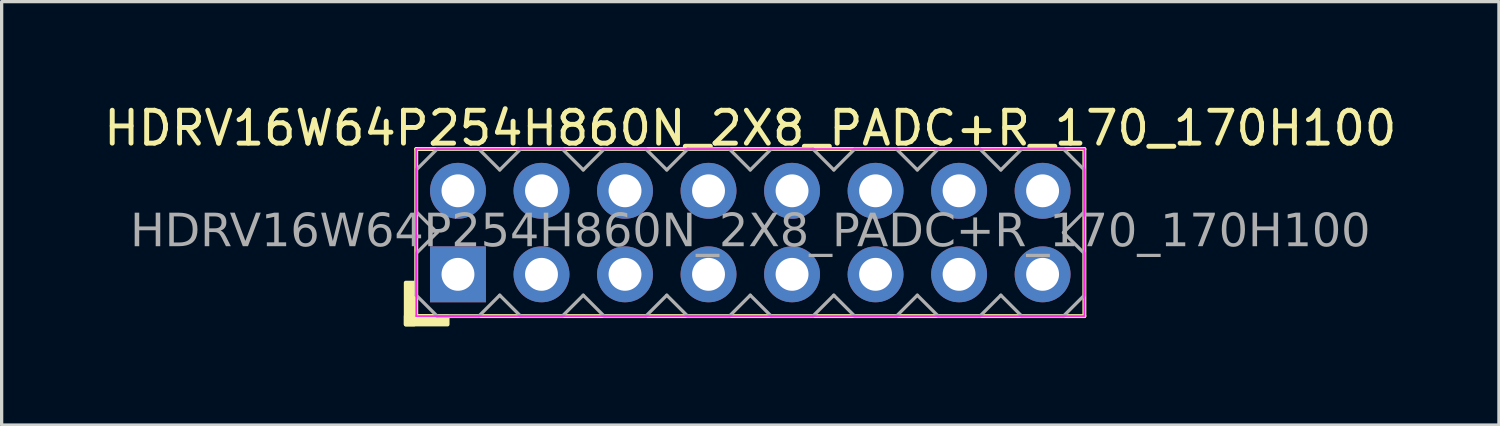
<source format=kicad_pcb>
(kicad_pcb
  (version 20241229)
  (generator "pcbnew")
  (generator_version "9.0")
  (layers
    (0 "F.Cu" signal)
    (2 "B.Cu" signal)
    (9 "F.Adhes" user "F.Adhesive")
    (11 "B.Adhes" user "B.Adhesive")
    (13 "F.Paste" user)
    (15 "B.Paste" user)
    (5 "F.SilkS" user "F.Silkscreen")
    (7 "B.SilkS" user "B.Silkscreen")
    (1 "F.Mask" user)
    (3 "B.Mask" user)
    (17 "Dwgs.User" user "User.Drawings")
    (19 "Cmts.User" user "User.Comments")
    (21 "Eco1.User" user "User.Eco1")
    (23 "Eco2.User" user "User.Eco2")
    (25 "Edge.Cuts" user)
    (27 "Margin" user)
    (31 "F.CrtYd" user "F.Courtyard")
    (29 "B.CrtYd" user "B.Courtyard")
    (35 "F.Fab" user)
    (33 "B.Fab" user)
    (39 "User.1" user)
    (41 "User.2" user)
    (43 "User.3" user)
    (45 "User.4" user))
  (footprint "HDRV16W64P254H860N_2X8_PADC+R_170_170H100"
    (layer "F.Cu")
    (at 19.768 4.023)
    (property "Reference" "HDRV16W64P254H860N_2X8_PADC+R_170_170H100" (at 0 -3.175 0) (layer "F.SilkS") (effects (font (size 1 1) (thickness 0.15))))
    (attr through_hole)
    (fp_line (start -10.16 2.54) (end -10.16 -2.54) (stroke (width 0.12) (type solid)) (layer "F.SilkS"))
    (fp_line (start 10.16 -2.54) (end -10.16 -2.54) (stroke (width 0.12) (type solid)) (layer "F.SilkS"))
    (fp_line (start 10.16 2.54) (end -10.16 2.54) (stroke (width 0.12) (type solid)) (layer "F.SilkS"))
    (fp_line (start 10.16 2.54) (end 10.16 -2.54) (stroke (width 0.12) (type solid)) (layer "F.SilkS"))
    (fp_rect (start -10.477 1.524) (end -10.223 2.794) (stroke (width 0.12) (type solid)) (fill yes) (layer "F.SilkS"))
    (fp_rect (start -10.477 2.54) (end -9.207 2.794) (stroke (width 0.12) (type solid)) (fill yes) (layer "F.SilkS"))
    (fp_line (start -10.16 2.54) (end -10.16 -2.54) (stroke (width 0.05) (type solid)) (layer "F.CrtYd"))
    (fp_line (start 10.16 -2.54) (end -10.16 -2.54) (stroke (width 0.05) (type solid)) (layer "F.CrtYd"))
    (fp_line (start 10.16 2.54) (end -10.16 2.54) (stroke (width 0.05) (type solid)) (layer "F.CrtYd"))
    (fp_line (start 10.16 2.54) (end 10.16 -2.54) (stroke (width 0.05) (type solid)) (layer "F.CrtYd"))
    (fp_line (start -10.16 -1.905) (end -10.16 -0.635) (stroke (width 0.1) (type solid)) (layer "F.Fab"))
    (fp_line (start -10.16 -1.905) (end -9.525 -2.54) (stroke (width 0.1) (type solid)) (layer "F.Fab"))
    (fp_line (start -10.16 0.635) (end -9.525 0) (stroke (width 0.1) (type solid)) (layer "F.Fab"))
    (fp_line (start -10.16 1.905) (end -10.16 0.635) (stroke (width 0.1) (type solid)) (layer "F.Fab"))
    (fp_line (start -9.525 -2.54) (end -8.255 -2.54) (stroke (width 0.1) (type solid)) (layer "F.Fab"))
    (fp_line (start -9.525 0) (end -10.16 -0.635) (stroke (width 0.1) (type solid)) (layer "F.Fab"))
    (fp_line (start -9.525 2.54) (end -10.16 1.905) (stroke (width 0.1) (type solid)) (layer "F.Fab"))
    (fp_line (start -8.255 -2.54) (end -7.62 -1.905) (stroke (width 0.1) (type solid)) (layer "F.Fab"))
    (fp_line (start -8.255 2.54) (end -9.525 2.54) (stroke (width 0.1) (type solid)) (layer "F.Fab"))
    (fp_line (start -7.62 -1.905) (end -6.985 -2.54) (stroke (width 0.1) (type solid)) (layer "F.Fab"))
    (fp_line (start -7.62 1.905) (end -8.255 2.54) (stroke (width 0.1) (type solid)) (layer "F.Fab"))
    (fp_line (start -6.985 -2.54) (end -5.715 -2.54) (stroke (width 0.1) (type solid)) (layer "F.Fab"))
    (fp_line (start -6.985 2.54) (end -7.62 1.905) (stroke (width 0.1) (type solid)) (layer "F.Fab"))
    (fp_line (start -5.715 -2.54) (end -5.08 -1.905) (stroke (width 0.1) (type solid)) (layer "F.Fab"))
    (fp_line (start -5.715 2.54) (end -6.985 2.54) (stroke (width 0.1) (type solid)) (layer "F.Fab"))
    (fp_line (start -5.08 -1.905) (end -4.445 -2.54) (stroke (width 0.1) (type solid)) (layer "F.Fab"))
    (fp_line (start -5.08 1.905) (end -5.715 2.54) (stroke (width 0.1) (type solid)) (layer "F.Fab"))
    (fp_line (start -4.445 -2.54) (end -3.175 -2.54) (stroke (width 0.1) (type solid)) (layer "F.Fab"))
    (fp_line (start -4.445 2.54) (end -5.08 1.905) (stroke (width 0.1) (type solid)) (layer "F.Fab"))
    (fp_line (start -3.175 -2.54) (end -2.54 -1.905) (stroke (width 0.1) (type solid)) (layer "F.Fab"))
    (fp_line (start -3.175 2.54) (end -4.445 2.54) (stroke (width 0.1) (type solid)) (layer "F.Fab"))
    (fp_line (start -2.54 -1.905) (end -1.905 -2.54) (stroke (width 0.1) (type solid)) (layer "F.Fab"))
    (fp_line (start -2.54 1.905) (end -3.175 2.54) (stroke (width 0.1) (type solid)) (layer "F.Fab"))
    (fp_line (start -1.905 -2.54) (end -0.635 -2.54) (stroke (width 0.1) (type solid)) (layer "F.Fab"))
    (fp_line (start -1.905 2.54) (end -2.54 1.905) (stroke (width 0.1) (type solid)) (layer "F.Fab"))
    (fp_line (start -0.635 -2.54) (end 0 -1.905) (stroke (width 0.1) (type solid)) (layer "F.Fab"))
    (fp_line (start -0.635 2.54) (end -1.905 2.54) (stroke (width 0.1) (type solid)) (layer "F.Fab"))
    (fp_line (start 0 -1.905) (end 0.635 -2.54) (stroke (width 0.1) (type solid)) (layer "F.Fab"))
    (fp_line (start 0 1.905) (end -0.635 2.54) (stroke (width 0.1) (type solid)) (layer "F.Fab"))
    (fp_line (start 0.635 -2.54) (end 1.905 -2.54) (stroke (width 0.1) (type solid)) (layer "F.Fab"))
    (fp_line (start 0.635 2.54) (end 0 1.905) (stroke (width 0.1) (type solid)) (layer "F.Fab"))
    (fp_line (start 1.905 -2.54) (end 2.54 -1.905) (stroke (width 0.1) (type solid)) (layer "F.Fab"))
    (fp_line (start 1.905 2.54) (end 0.635 2.54) (stroke (width 0.1) (type solid)) (layer "F.Fab"))
    (fp_line (start 2.54 -1.905) (end 3.175 -2.54) (stroke (width 0.1) (type solid)) (layer "F.Fab"))
    (fp_line (start 2.54 1.905) (end 1.905 2.54) (stroke (width 0.1) (type solid)) (layer "F.Fab"))
    (fp_line (start 3.175 -2.54) (end 4.445 -2.54) (stroke (width 0.1) (type solid)) (layer "F.Fab"))
    (fp_line (start 3.175 2.54) (end 2.54 1.905) (stroke (width 0.1) (type solid)) (layer "F.Fab"))
    (fp_line (start 4.445 -2.54) (end 5.08 -1.905) (stroke (width 0.1) (type solid)) (layer "F.Fab"))
    (fp_line (start 4.445 2.54) (end 3.175 2.54) (stroke (width 0.1) (type solid)) (layer "F.Fab"))
    (fp_line (start 5.08 -1.905) (end 5.715 -2.54) (stroke (width 0.1) (type solid)) (layer "F.Fab"))
    (fp_line (start 5.08 1.905) (end 4.445 2.54) (stroke (width 0.1) (type solid)) (layer "F.Fab"))
    (fp_line (start 5.715 -2.54) (end 6.985 -2.54) (stroke (width 0.1) (type solid)) (layer "F.Fab"))
    (fp_line (start 5.715 2.54) (end 5.08 1.905) (stroke (width 0.1) (type solid)) (layer "F.Fab"))
    (fp_line (start 6.985 -2.54) (end 7.62 -1.905) (stroke (width 0.1) (type solid)) (layer "F.Fab"))
    (fp_line (start 6.985 2.54) (end 5.715 2.54) (stroke (width 0.1) (type solid)) (layer "F.Fab"))
    (fp_line (start 7.62 -1.905) (end 8.255 -2.54) (stroke (width 0.1) (type solid)) (layer "F.Fab"))
    (fp_line (start 7.62 1.905) (end 6.985 2.54) (stroke (width 0.1) (type solid)) (layer "F.Fab"))
    (fp_line (start 8.255 -2.54) (end 9.525 -2.54) (stroke (width 0.1) (type solid)) (layer "F.Fab"))
    (fp_line (start 8.255 2.54) (end 7.62 1.905) (stroke (width 0.1) (type solid)) (layer "F.Fab"))
    (fp_line (start 9.525 -2.54) (end 10.16 -1.905) (stroke (width 0.1) (type solid)) (layer "F.Fab"))
    (fp_line (start 9.525 0) (end 10.16 0.635) (stroke (width 0.1) (type solid)) (layer "F.Fab"))
    (fp_line (start 9.525 2.54) (end 8.255 2.54) (stroke (width 0.1) (type solid)) (layer "F.Fab"))
    (fp_line (start 10.16 -1.905) (end 10.16 -0.635) (stroke (width 0.1) (type solid)) (layer "F.Fab"))
    (fp_line (start 10.16 -0.635) (end 9.525 0) (stroke (width 0.1) (type solid)) (layer "F.Fab"))
    (fp_line (start 10.16 0.635) (end 10.16 1.905) (stroke (width 0.1) (type solid)) (layer "F.Fab"))
    (fp_line (start 10.16 1.905) (end 9.525 2.54) (stroke (width 0.1) (type solid)) (layer "F.Fab"))
    (fp_rect (start -8.636 -1.524) (end -9.144 -1.016) (stroke (width 0.1) (type solid)) (fill no) (layer "F.Fab"))
    (fp_rect (start -8.636 1.016) (end -9.144 1.524) (stroke (width 0.1) (type solid)) (fill no) (layer "F.Fab"))
    (fp_rect (start -6.096 -1.524) (end -6.604 -1.016) (stroke (width 0.1) (type solid)) (fill no) (layer "F.Fab"))
    (fp_rect (start -6.096 1.016) (end -6.604 1.524) (stroke (width 0.1) (type solid)) (fill no) (layer "F.Fab"))
    (fp_rect (start -3.556 -1.524) (end -4.064 -1.016) (stroke (width 0.1) (type solid)) (fill no) (layer "F.Fab"))
    (fp_rect (start -3.556 1.016) (end -4.064 1.524) (stroke (width 0.1) (type solid)) (fill no) (layer "F.Fab"))
    (fp_rect (start -1.016 -1.524) (end -1.524 -1.016) (stroke (width 0.1) (type solid)) (fill no) (layer "F.Fab"))
    (fp_rect (start -1.016 1.016) (end -1.524 1.524) (stroke (width 0.1) (type solid)) (fill no) (layer "F.Fab"))
    (fp_rect (start 1.524 -1.524) (end 1.016 -1.016) (stroke (width 0.1) (type solid)) (fill no) (layer "F.Fab"))
    (fp_rect (start 1.524 1.016) (end 1.016 1.524) (stroke (width 0.1) (type solid)) (fill no) (layer "F.Fab"))
    (fp_rect (start 4.064 -1.524) (end 3.556 -1.016) (stroke (width 0.1) (type solid)) (fill no) (layer "F.Fab"))
    (fp_rect (start 4.064 1.016) (end 3.556 1.524) (stroke (width 0.1) (type solid)) (fill no) (layer "F.Fab"))
    (fp_rect (start 6.604 -1.524) (end 6.096 -1.016) (stroke (width 0.1) (type solid)) (fill no) (layer "F.Fab"))
    (fp_rect (start 6.604 1.016) (end 6.096 1.524) (stroke (width 0.1) (type solid)) (fill no) (layer "F.Fab"))
    (fp_rect (start 9.144 -1.524) (end 8.636 -1.016) (stroke (width 0.1) (type solid)) (fill no) (layer "F.Fab"))
    (fp_rect (start 9.144 1.016) (end 8.636 1.524) (stroke (width 0.1) (type solid)) (fill no) (layer "F.Fab"))
    (fp_text user "${REFERENCE}" (at 0 0 0) (layer "F.Fab") (effects (font (face "Tahoma") (size 1 1) (thickness 0.15))))
    (pad "1" thru_hole rect (at -8.89 1.27) (size 1.7 1.7) (drill 1) (layers "*.Cu" "*.Mask"))
    (pad "2" thru_hole circle (at -8.89 -1.27) (size 1.7 1.7) (drill 1) (layers "*.Cu" "*.Mask"))
    (pad "3" thru_hole circle (at -6.35 1.27) (size 1.7 1.7) (drill 1) (layers "*.Cu" "*.Mask"))
    (pad "4" thru_hole circle (at -6.35 -1.27) (size 1.7 1.7) (drill 1) (layers "*.Cu" "*.Mask"))
    (pad "5" thru_hole circle (at -3.81 1.27) (size 1.7 1.7) (drill 1) (layers "*.Cu" "*.Mask"))
    (pad "6" thru_hole circle (at -3.81 -1.27) (size 1.7 1.7) (drill 1) (layers "*.Cu" "*.Mask"))
    (pad "7" thru_hole circle (at -1.27 1.27) (size 1.7 1.7) (drill 1) (layers "*.Cu" "*.Mask"))
    (pad "8" thru_hole circle (at -1.27 -1.27) (size 1.7 1.7) (drill 1) (layers "*.Cu" "*.Mask"))
    (pad "9" thru_hole circle (at 1.27 1.27) (size 1.7 1.7) (drill 1) (layers "*.Cu" "*.Mask"))
    (pad "10" thru_hole circle (at 1.27 -1.27) (size 1.7 1.7) (drill 1) (layers "*.Cu" "*.Mask"))
    (pad "11" thru_hole circle (at 3.81 1.27) (size 1.7 1.7) (drill 1) (layers "*.Cu" "*.Mask"))
    (pad "12" thru_hole circle (at 3.81 -1.27) (size 1.7 1.7) (drill 1) (layers "*.Cu" "*.Mask"))
    (pad "13" thru_hole circle (at 6.35 1.27) (size 1.7 1.7) (drill 1) (layers "*.Cu" "*.Mask"))
    (pad "14" thru_hole circle (at 6.35 -1.27) (size 1.7 1.7) (drill 1) (layers "*.Cu" "*.Mask"))
    (pad "15" thru_hole circle (at 8.89 1.27) (size 1.7 1.7) (drill 1) (layers "*.Cu" "*.Mask"))
    (pad "16" thru_hole circle (at 8.89 -1.27) (size 1.7 1.7) (drill 1) (layers "*.Cu" "*.Mask")))
  (gr_rect
    (start -3 -3)
    (end 42.536 9.877)
    (stroke (width 0.1) (type default))
    (fill no)
    (layer "Edge.Cuts")))
</source>
